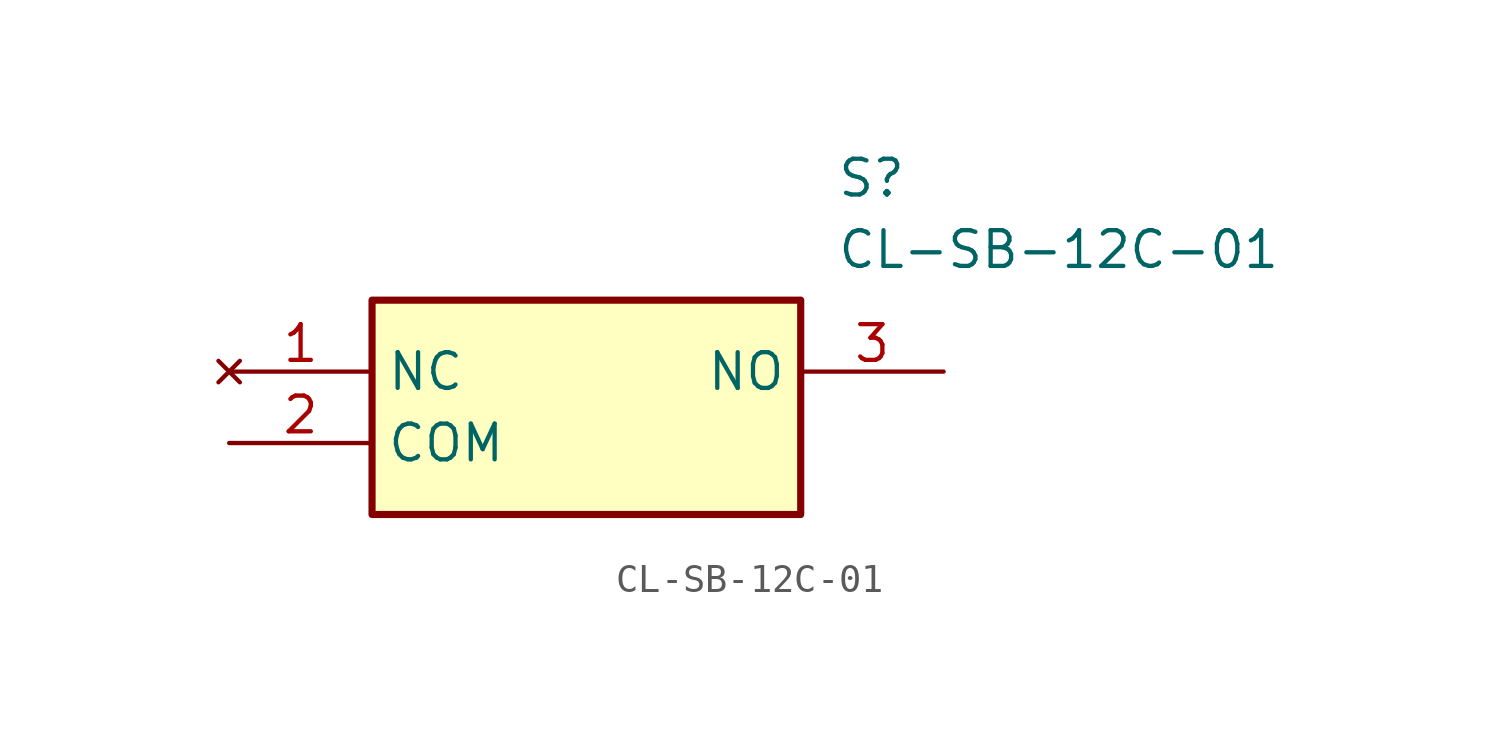
<source format=kicad_sym>
(kicad_symbol_lib
  (version 20211014)
  (generator SamacSys_ECAD_Model)
  (symbol "CL-SB-12C-01"
    (property "Reference" "S"
      (at 21.59 7.62 0)
      (effects (font (size 1.27 1.27)) (justify left top)))
    (property "Value" "CL-SB-12C-01"
      (at 21.59 5.08 0)
      (effects (font (size 1.27 1.27)) (justify left top)))
    (rectangle
      (start 5.08 2.54)
      (end 20.32 -5.08)
      (stroke (width 0.254) (type default))
      (fill (type background)))
    (pin no_connect line
      (at 0 0 0)
      (length 5.08)
      (name "NC" (effects (font (size 1.27 1.27))))
      (number "1" (effects (font (size 1.27 1.27)))))
    (pin passive line
      (at 0 -2.54 0)
      (length 5.08)
      (name "COM" (effects (font (size 1.27 1.27))))
      (number "2" (effects (font (size 1.27 1.27)))))
    (pin passive line
      (at 25.4 0 180)
      (length 5.08)
      (name "NO" (effects (font (size 1.27 1.27))))
      (number "3" (effects (font (size 1.27 1.27)))))))
</source>
